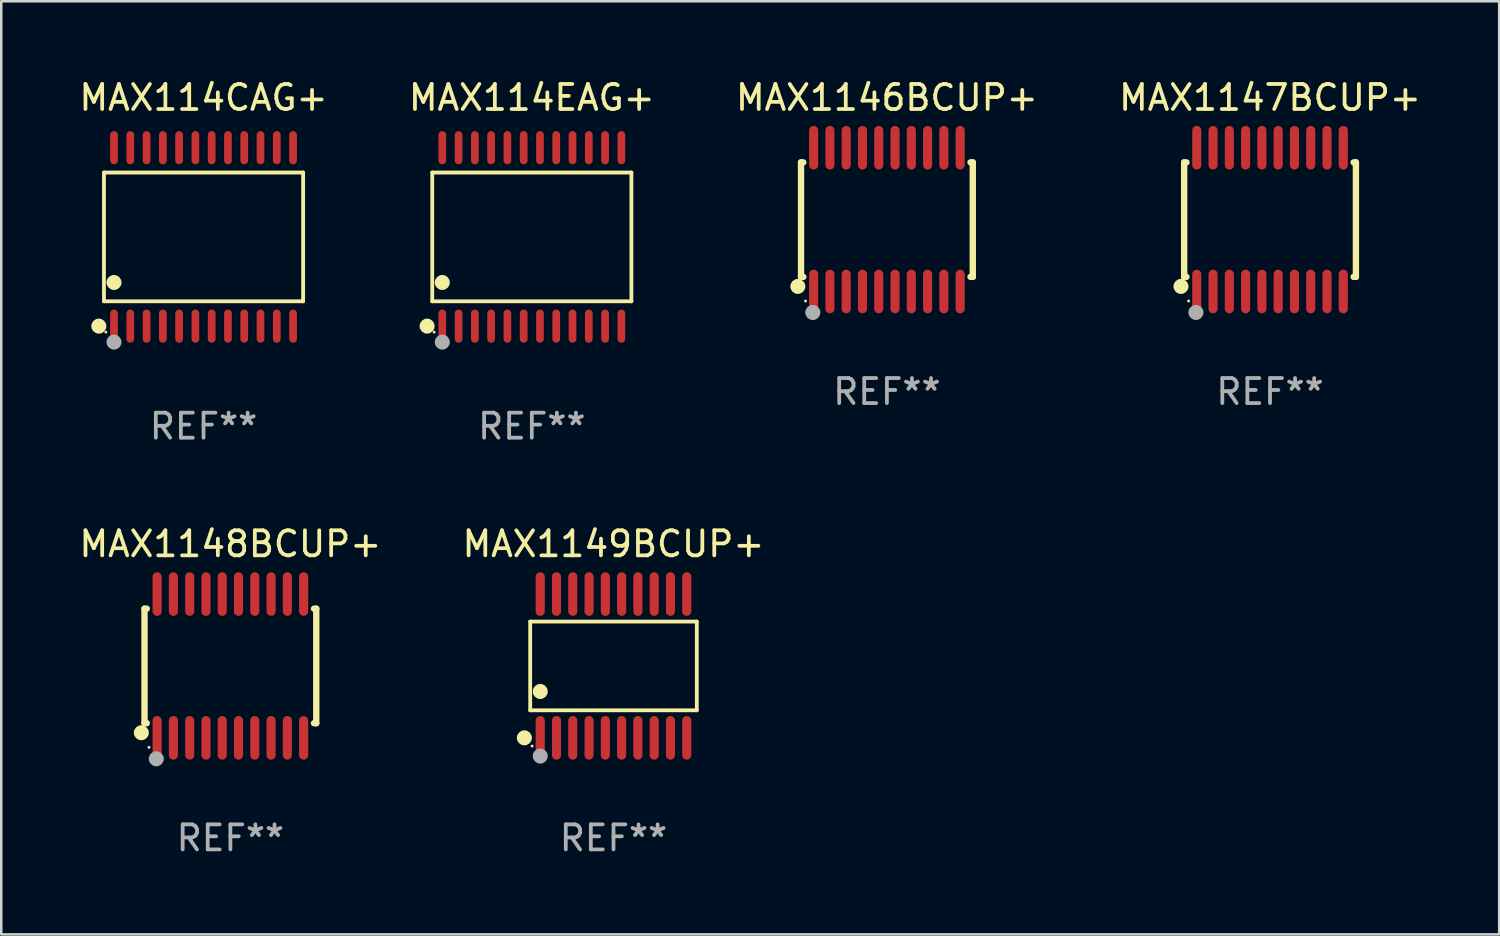
<source format=kicad_pcb>
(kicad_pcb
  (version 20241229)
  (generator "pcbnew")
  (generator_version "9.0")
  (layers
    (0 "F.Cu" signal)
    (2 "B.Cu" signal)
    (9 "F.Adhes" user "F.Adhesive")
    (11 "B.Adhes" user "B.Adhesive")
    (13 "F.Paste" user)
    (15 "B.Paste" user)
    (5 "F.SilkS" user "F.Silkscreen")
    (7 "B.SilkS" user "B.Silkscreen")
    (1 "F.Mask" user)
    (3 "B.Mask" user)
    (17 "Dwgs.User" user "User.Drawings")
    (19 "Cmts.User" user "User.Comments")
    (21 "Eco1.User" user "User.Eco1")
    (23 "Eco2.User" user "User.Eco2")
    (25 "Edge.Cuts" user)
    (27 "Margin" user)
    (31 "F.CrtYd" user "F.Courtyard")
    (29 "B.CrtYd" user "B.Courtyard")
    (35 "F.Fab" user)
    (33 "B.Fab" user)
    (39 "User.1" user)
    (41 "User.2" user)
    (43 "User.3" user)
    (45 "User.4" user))
  (footprint "MAX114EAG+"
    (layer "F.Cu")
    (at 18.185 6.41)
    (property "Reference" "MAX114EAG+" (at 0 -5.562 0) (layer "F.SilkS") (effects (font (size 1 1) (thickness 0.15))))
    (attr through_hole)
    (fp_line (start -3.976 -2.571) (end 3.976 -2.571) (stroke (width 0.152) (type solid)) (layer "F.SilkS"))
    (fp_line (start -3.976 2.571) (end -3.976 -2.571) (stroke (width 0.152) (type solid)) (layer "F.SilkS"))
    (fp_line (start 3.976 -2.571) (end 3.976 2.571) (stroke (width 0.152) (type solid)) (layer "F.SilkS"))
    (fp_line (start 3.976 2.571) (end -3.976 2.571) (stroke (width 0.152) (type solid)) (layer "F.SilkS"))
    (fp_circle (center -4.181 3.562) (end -4.031 3.562) (stroke (width 0.3) (type solid)) (fill no) (layer "F.SilkS"))
    (fp_circle (center -3.9 3.8) (end -3.87 3.8) (stroke (width 0.06) (type solid)) (fill no) (layer "F.SilkS"))
    (fp_circle (center -3.575 1.819) (end -3.425 1.819) (stroke (width 0.3) (type solid)) (fill no) (layer "F.SilkS"))
    (fp_circle (center -3.575 4.2) (end -3.425 4.2) (stroke (width 0.3) (type solid)) (fill no) (layer "F.Fab"))
    (fp_text user "REF**" (at 0 7.562 0) (layer "F.Fab") (effects (font (size 1 1) (thickness 0.15))))
    (pad "1" smd oval (at -3.575 3.562) (size 0.308 1.324) (layers "F.Cu" "F.Mask" "F.Paste"))
    (pad "2" smd oval (at -2.925 3.562) (size 0.308 1.324) (layers "F.Cu" "F.Mask" "F.Paste"))
    (pad "3" smd oval (at -2.275 3.562) (size 0.308 1.324) (layers "F.Cu" "F.Mask" "F.Paste"))
    (pad "4" smd oval (at -1.625 3.562) (size 0.308 1.324) (layers "F.Cu" "F.Mask" "F.Paste"))
    (pad "5" smd oval (at -0.975 3.562) (size 0.308 1.324) (layers "F.Cu" "F.Mask" "F.Paste"))
    (pad "6" smd oval (at -0.325 3.562) (size 0.308 1.324) (layers "F.Cu" "F.Mask" "F.Paste"))
    (pad "7" smd oval (at 0.325 3.562) (size 0.308 1.324) (layers "F.Cu" "F.Mask" "F.Paste"))
    (pad "8" smd oval (at 0.975 3.562) (size 0.308 1.324) (layers "F.Cu" "F.Mask" "F.Paste"))
    (pad "9" smd oval (at 1.625 3.562) (size 0.308 1.324) (layers "F.Cu" "F.Mask" "F.Paste"))
    (pad "10" smd oval (at 2.275 3.562) (size 0.308 1.324) (layers "F.Cu" "F.Mask" "F.Paste"))
    (pad "11" smd oval (at 2.925 3.562) (size 0.308 1.324) (layers "F.Cu" "F.Mask" "F.Paste"))
    (pad "12" smd oval (at 3.575 3.562) (size 0.308 1.324) (layers "F.Cu" "F.Mask" "F.Paste"))
    (pad "13" smd oval (at 3.575 -3.562) (size 0.308 1.324) (layers "F.Cu" "F.Mask" "F.Paste"))
    (pad "14" smd oval (at 2.925 -3.562) (size 0.308 1.324) (layers "F.Cu" "F.Mask" "F.Paste"))
    (pad "15" smd oval (at 2.275 -3.562) (size 0.308 1.324) (layers "F.Cu" "F.Mask" "F.Paste"))
    (pad "16" smd oval (at 1.625 -3.562) (size 0.308 1.324) (layers "F.Cu" "F.Mask" "F.Paste"))
    (pad "17" smd oval (at 0.975 -3.562) (size 0.308 1.324) (layers "F.Cu" "F.Mask" "F.Paste"))
    (pad "18" smd oval (at 0.325 -3.562) (size 0.308 1.324) (layers "F.Cu" "F.Mask" "F.Paste"))
    (pad "19" smd oval (at -0.325 -3.562) (size 0.308 1.324) (layers "F.Cu" "F.Mask" "F.Paste"))
    (pad "20" smd oval (at -0.975 -3.562) (size 0.308 1.324) (layers "F.Cu" "F.Mask" "F.Paste"))
    (pad "21" smd oval (at -1.625 -3.562) (size 0.308 1.324) (layers "F.Cu" "F.Mask" "F.Paste"))
    (pad "22" smd oval (at -2.275 -3.562) (size 0.308 1.324) (layers "F.Cu" "F.Mask" "F.Paste"))
    (pad "23" smd oval (at -2.925 -3.562) (size 0.308 1.324) (layers "F.Cu" "F.Mask" "F.Paste"))
    (pad "24" smd oval (at -3.575 -3.562) (size 0.308 1.324) (layers "F.Cu" "F.Mask" "F.Paste")))
  (footprint "MAX1146BCUP+"
    (layer "F.Cu")
    (at 32.363 5.719)
    (property "Reference" "MAX1146BCUP+" (at 0 -4.871 0) (layer "F.SilkS") (effects (font (size 1 1) (thickness 0.15))))
    (attr through_hole)
    (fp_line (start -3.429 -2.286) (end -3.429 2.286) (stroke (width 0.254) (type solid)) (layer "F.SilkS"))
    (fp_line (start -3.429 2.286) (end -3.338 2.286) (stroke (width 0.254) (type solid)) (layer "F.SilkS"))
    (fp_line (start -3.338 -2.286) (end -3.429 -2.286) (stroke (width 0.254) (type solid)) (layer "F.SilkS"))
    (fp_line (start 3.338 -2.286) (end 3.429 -2.286) (stroke (width 0.254) (type solid)) (layer "F.SilkS"))
    (fp_line (start 3.429 -2.286) (end 3.429 2.286) (stroke (width 0.254) (type solid)) (layer "F.SilkS"))
    (fp_line (start 3.429 2.286) (end 3.338 2.286) (stroke (width 0.254) (type solid)) (layer "F.SilkS"))
    (fp_circle (center -3.556 2.667) (end -3.406 2.667) (stroke (width 0.3) (type solid)) (fill no) (layer "F.SilkS"))
    (fp_circle (center -3.25 3.25) (end -3.22 3.25) (stroke (width 0.06) (type solid)) (fill no) (layer "F.SilkS"))
    (fp_circle (center -2.959 3.707) (end -2.808 3.707) (stroke (width 0.3) (type solid)) (fill no) (layer "F.Fab"))
    (fp_text user "REF**" (at 0 6.871 0) (layer "F.Fab") (effects (font (size 1 1) (thickness 0.15))))
    (pad "1" smd oval (at -2.925 2.871) (size 0.364 1.742) (layers "F.Cu" "F.Mask" "F.Paste"))
    (pad "2" smd oval (at -2.275 2.871) (size 0.364 1.742) (layers "F.Cu" "F.Mask" "F.Paste"))
    (pad "3" smd oval (at -1.625 2.871) (size 0.364 1.742) (layers "F.Cu" "F.Mask" "F.Paste"))
    (pad "4" smd oval (at -0.975 2.871) (size 0.364 1.742) (layers "F.Cu" "F.Mask" "F.Paste"))
    (pad "5" smd oval (at -0.325 2.871) (size 0.364 1.742) (layers "F.Cu" "F.Mask" "F.Paste"))
    (pad "6" smd oval (at 0.325 2.871) (size 0.364 1.742) (layers "F.Cu" "F.Mask" "F.Paste"))
    (pad "7" smd oval (at 0.975 2.871) (size 0.364 1.742) (layers "F.Cu" "F.Mask" "F.Paste"))
    (pad "8" smd oval (at 1.625 2.871) (size 0.364 1.742) (layers "F.Cu" "F.Mask" "F.Paste"))
    (pad "9" smd oval (at 2.275 2.871) (size 0.364 1.742) (layers "F.Cu" "F.Mask" "F.Paste"))
    (pad "10" smd oval (at 2.925 2.871) (size 0.364 1.742) (layers "F.Cu" "F.Mask" "F.Paste"))
    (pad "11" smd oval (at 2.925 -2.871) (size 0.364 1.742) (layers "F.Cu" "F.Mask" "F.Paste"))
    (pad "12" smd oval (at 2.275 -2.871) (size 0.364 1.742) (layers "F.Cu" "F.Mask" "F.Paste"))
    (pad "13" smd oval (at 1.625 -2.871) (size 0.364 1.742) (layers "F.Cu" "F.Mask" "F.Paste"))
    (pad "14" smd oval (at 0.975 -2.871) (size 0.364 1.742) (layers "F.Cu" "F.Mask" "F.Paste"))
    (pad "15" smd oval (at 0.325 -2.871) (size 0.364 1.742) (layers "F.Cu" "F.Mask" "F.Paste"))
    (pad "16" smd oval (at -0.325 -2.871) (size 0.364 1.742) (layers "F.Cu" "F.Mask" "F.Paste"))
    (pad "17" smd oval (at -0.975 -2.871) (size 0.364 1.742) (layers "F.Cu" "F.Mask" "F.Paste"))
    (pad "18" smd oval (at -1.625 -2.871) (size 0.364 1.742) (layers "F.Cu" "F.Mask" "F.Paste"))
    (pad "19" smd oval (at -2.275 -2.871) (size 0.364 1.742) (layers "F.Cu" "F.Mask" "F.Paste"))
    (pad "20" smd oval (at -2.925 -2.871) (size 0.364 1.742) (layers "F.Cu" "F.Mask" "F.Paste")))
  (footprint "MAX114CAG+"
    (layer "F.Cu")
    (at 5.077 6.41)
    (property "Reference" "MAX114CAG+" (at 0 -5.562 0) (layer "F.SilkS") (effects (font (size 1 1) (thickness 0.15))))
    (attr through_hole)
    (fp_line (start -3.976 -2.571) (end 3.976 -2.571) (stroke (width 0.152) (type solid)) (layer "F.SilkS"))
    (fp_line (start -3.976 2.571) (end -3.976 -2.571) (stroke (width 0.152) (type solid)) (layer "F.SilkS"))
    (fp_line (start 3.976 -2.571) (end 3.976 2.571) (stroke (width 0.152) (type solid)) (layer "F.SilkS"))
    (fp_line (start 3.976 2.571) (end -3.976 2.571) (stroke (width 0.152) (type solid)) (layer "F.SilkS"))
    (fp_circle (center -4.181 3.562) (end -4.031 3.562) (stroke (width 0.3) (type solid)) (fill no) (layer "F.SilkS"))
    (fp_circle (center -3.9 3.8) (end -3.87 3.8) (stroke (width 0.06) (type solid)) (fill no) (layer "F.SilkS"))
    (fp_circle (center -3.575 1.819) (end -3.425 1.819) (stroke (width 0.3) (type solid)) (fill no) (layer "F.SilkS"))
    (fp_circle (center -3.575 4.2) (end -3.425 4.2) (stroke (width 0.3) (type solid)) (fill no) (layer "F.Fab"))
    (fp_text user "REF**" (at 0 7.562 0) (layer "F.Fab") (effects (font (size 1 1) (thickness 0.15))))
    (pad "1" smd oval (at -3.575 3.562) (size 0.308 1.324) (layers "F.Cu" "F.Mask" "F.Paste"))
    (pad "2" smd oval (at -2.925 3.562) (size 0.308 1.324) (layers "F.Cu" "F.Mask" "F.Paste"))
    (pad "3" smd oval (at -2.275 3.562) (size 0.308 1.324) (layers "F.Cu" "F.Mask" "F.Paste"))
    (pad "4" smd oval (at -1.625 3.562) (size 0.308 1.324) (layers "F.Cu" "F.Mask" "F.Paste"))
    (pad "5" smd oval (at -0.975 3.562) (size 0.308 1.324) (layers "F.Cu" "F.Mask" "F.Paste"))
    (pad "6" smd oval (at -0.325 3.562) (size 0.308 1.324) (layers "F.Cu" "F.Mask" "F.Paste"))
    (pad "7" smd oval (at 0.325 3.562) (size 0.308 1.324) (layers "F.Cu" "F.Mask" "F.Paste"))
    (pad "8" smd oval (at 0.975 3.562) (size 0.308 1.324) (layers "F.Cu" "F.Mask" "F.Paste"))
    (pad "9" smd oval (at 1.625 3.562) (size 0.308 1.324) (layers "F.Cu" "F.Mask" "F.Paste"))
    (pad "10" smd oval (at 2.275 3.562) (size 0.308 1.324) (layers "F.Cu" "F.Mask" "F.Paste"))
    (pad "11" smd oval (at 2.925 3.562) (size 0.308 1.324) (layers "F.Cu" "F.Mask" "F.Paste"))
    (pad "12" smd oval (at 3.575 3.562) (size 0.308 1.324) (layers "F.Cu" "F.Mask" "F.Paste"))
    (pad "13" smd oval (at 3.575 -3.562) (size 0.308 1.324) (layers "F.Cu" "F.Mask" "F.Paste"))
    (pad "14" smd oval (at 2.925 -3.562) (size 0.308 1.324) (layers "F.Cu" "F.Mask" "F.Paste"))
    (pad "15" smd oval (at 2.275 -3.562) (size 0.308 1.324) (layers "F.Cu" "F.Mask" "F.Paste"))
    (pad "16" smd oval (at 1.625 -3.562) (size 0.308 1.324) (layers "F.Cu" "F.Mask" "F.Paste"))
    (pad "17" smd oval (at 0.975 -3.562) (size 0.308 1.324) (layers "F.Cu" "F.Mask" "F.Paste"))
    (pad "18" smd oval (at 0.325 -3.562) (size 0.308 1.324) (layers "F.Cu" "F.Mask" "F.Paste"))
    (pad "19" smd oval (at -0.325 -3.562) (size 0.308 1.324) (layers "F.Cu" "F.Mask" "F.Paste"))
    (pad "20" smd oval (at -0.975 -3.562) (size 0.308 1.324) (layers "F.Cu" "F.Mask" "F.Paste"))
    (pad "21" smd oval (at -1.625 -3.562) (size 0.308 1.324) (layers "F.Cu" "F.Mask" "F.Paste"))
    (pad "22" smd oval (at -2.275 -3.562) (size 0.308 1.324) (layers "F.Cu" "F.Mask" "F.Paste"))
    (pad "23" smd oval (at -2.925 -3.562) (size 0.308 1.324) (layers "F.Cu" "F.Mask" "F.Paste"))
    (pad "24" smd oval (at -3.575 -3.562) (size 0.308 1.324) (layers "F.Cu" "F.Mask" "F.Paste")))
  (footprint "MAX1149BCUP+"
    (layer "F.Cu")
    (at 21.446 23.54)
    (property "Reference" "MAX1149BCUP+" (at 0 -4.871 0) (layer "F.SilkS") (effects (font (size 1 1) (thickness 0.15))))
    (attr through_hole)
    (fp_line (start -3.326 -1.771) (end 3.326 -1.771) (stroke (width 0.152) (type solid)) (layer "F.SilkS"))
    (fp_line (start -3.326 1.771) (end -3.326 -1.771) (stroke (width 0.152) (type solid)) (layer "F.SilkS"))
    (fp_line (start 3.326 -1.771) (end 3.326 1.771) (stroke (width 0.152) (type solid)) (layer "F.SilkS"))
    (fp_line (start 3.326 1.771) (end -3.326 1.771) (stroke (width 0.152) (type solid)) (layer "F.SilkS"))
    (fp_circle (center -3.559 2.871) (end -3.409 2.871) (stroke (width 0.3) (type solid)) (fill no) (layer "F.SilkS"))
    (fp_circle (center -3.25 3.2) (end -3.22 3.2) (stroke (width 0.06) (type solid)) (fill no) (layer "F.SilkS"))
    (fp_circle (center -2.925 1.019) (end -2.775 1.019) (stroke (width 0.3) (type solid)) (fill no) (layer "F.SilkS"))
    (fp_circle (center -2.925 3.6) (end -2.775 3.6) (stroke (width 0.3) (type solid)) (fill no) (layer "F.Fab"))
    (fp_text user "REF**" (at 0 6.871 0) (layer "F.Fab") (effects (font (size 1 1) (thickness 0.15))))
    (pad "1" smd oval (at -2.925 2.871) (size 0.364 1.742) (layers "F.Cu" "F.Mask" "F.Paste"))
    (pad "2" smd oval (at -2.275 2.871) (size 0.364 1.742) (layers "F.Cu" "F.Mask" "F.Paste"))
    (pad "3" smd oval (at -1.625 2.871) (size 0.364 1.742) (layers "F.Cu" "F.Mask" "F.Paste"))
    (pad "4" smd oval (at -0.975 2.871) (size 0.364 1.742) (layers "F.Cu" "F.Mask" "F.Paste"))
    (pad "5" smd oval (at -0.325 2.871) (size 0.364 1.742) (layers "F.Cu" "F.Mask" "F.Paste"))
    (pad "6" smd oval (at 0.325 2.871) (size 0.364 1.742) (layers "F.Cu" "F.Mask" "F.Paste"))
    (pad "7" smd oval (at 0.975 2.871) (size 0.364 1.742) (layers "F.Cu" "F.Mask" "F.Paste"))
    (pad "8" smd oval (at 1.625 2.871) (size 0.364 1.742) (layers "F.Cu" "F.Mask" "F.Paste"))
    (pad "9" smd oval (at 2.275 2.871) (size 0.364 1.742) (layers "F.Cu" "F.Mask" "F.Paste"))
    (pad "10" smd oval (at 2.925 2.871) (size 0.364 1.742) (layers "F.Cu" "F.Mask" "F.Paste"))
    (pad "11" smd oval (at 2.925 -2.871) (size 0.364 1.742) (layers "F.Cu" "F.Mask" "F.Paste"))
    (pad "12" smd oval (at 2.275 -2.871) (size 0.364 1.742) (layers "F.Cu" "F.Mask" "F.Paste"))
    (pad "13" smd oval (at 1.625 -2.871) (size 0.364 1.742) (layers "F.Cu" "F.Mask" "F.Paste"))
    (pad "14" smd oval (at 0.975 -2.871) (size 0.364 1.742) (layers "F.Cu" "F.Mask" "F.Paste"))
    (pad "15" smd oval (at 0.325 -2.871) (size 0.364 1.742) (layers "F.Cu" "F.Mask" "F.Paste"))
    (pad "16" smd oval (at -0.325 -2.871) (size 0.364 1.742) (layers "F.Cu" "F.Mask" "F.Paste"))
    (pad "17" smd oval (at -0.975 -2.871) (size 0.364 1.742) (layers "F.Cu" "F.Mask" "F.Paste"))
    (pad "18" smd oval (at -1.625 -2.871) (size 0.364 1.742) (layers "F.Cu" "F.Mask" "F.Paste"))
    (pad "19" smd oval (at -2.275 -2.871) (size 0.364 1.742) (layers "F.Cu" "F.Mask" "F.Paste"))
    (pad "20" smd oval (at -2.925 -2.871) (size 0.364 1.742) (layers "F.Cu" "F.Mask" "F.Paste")))
  (footprint "MAX1148BCUP+"
    (layer "F.Cu")
    (at 6.149 23.54)
    (property "Reference" "MAX1148BCUP+" (at 0 -4.871 0) (layer "F.SilkS") (effects (font (size 1 1) (thickness 0.15))))
    (attr through_hole)
    (fp_line (start -3.429 -2.286) (end -3.429 2.286) (stroke (width 0.254) (type solid)) (layer "F.SilkS"))
    (fp_line (start -3.429 2.286) (end -3.338 2.286) (stroke (width 0.254) (type solid)) (layer "F.SilkS"))
    (fp_line (start -3.338 -2.286) (end -3.429 -2.286) (stroke (width 0.254) (type solid)) (layer "F.SilkS"))
    (fp_line (start 3.338 -2.286) (end 3.429 -2.286) (stroke (width 0.254) (type solid)) (layer "F.SilkS"))
    (fp_line (start 3.429 -2.286) (end 3.429 2.286) (stroke (width 0.254) (type solid)) (layer "F.SilkS"))
    (fp_line (start 3.429 2.286) (end 3.338 2.286) (stroke (width 0.254) (type solid)) (layer "F.SilkS"))
    (fp_circle (center -3.556 2.667) (end -3.406 2.667) (stroke (width 0.3) (type solid)) (fill no) (layer "F.SilkS"))
    (fp_circle (center -3.25 3.25) (end -3.22 3.25) (stroke (width 0.06) (type solid)) (fill no) (layer "F.SilkS"))
    (fp_circle (center -2.959 3.707) (end -2.808 3.707) (stroke (width 0.3) (type solid)) (fill no) (layer "F.Fab"))
    (fp_text user "REF**" (at 0 6.871 0) (layer "F.Fab") (effects (font (size 1 1) (thickness 0.15))))
    (pad "1" smd oval (at -2.925 2.871) (size 0.364 1.742) (layers "F.Cu" "F.Mask" "F.Paste"))
    (pad "2" smd oval (at -2.275 2.871) (size 0.364 1.742) (layers "F.Cu" "F.Mask" "F.Paste"))
    (pad "3" smd oval (at -1.625 2.871) (size 0.364 1.742) (layers "F.Cu" "F.Mask" "F.Paste"))
    (pad "4" smd oval (at -0.975 2.871) (size 0.364 1.742) (layers "F.Cu" "F.Mask" "F.Paste"))
    (pad "5" smd oval (at -0.325 2.871) (size 0.364 1.742) (layers "F.Cu" "F.Mask" "F.Paste"))
    (pad "6" smd oval (at 0.325 2.871) (size 0.364 1.742) (layers "F.Cu" "F.Mask" "F.Paste"))
    (pad "7" smd oval (at 0.975 2.871) (size 0.364 1.742) (layers "F.Cu" "F.Mask" "F.Paste"))
    (pad "8" smd oval (at 1.625 2.871) (size 0.364 1.742) (layers "F.Cu" "F.Mask" "F.Paste"))
    (pad "9" smd oval (at 2.275 2.871) (size 0.364 1.742) (layers "F.Cu" "F.Mask" "F.Paste"))
    (pad "10" smd oval (at 2.925 2.871) (size 0.364 1.742) (layers "F.Cu" "F.Mask" "F.Paste"))
    (pad "11" smd oval (at 2.925 -2.871) (size 0.364 1.742) (layers "F.Cu" "F.Mask" "F.Paste"))
    (pad "12" smd oval (at 2.275 -2.871) (size 0.364 1.742) (layers "F.Cu" "F.Mask" "F.Paste"))
    (pad "13" smd oval (at 1.625 -2.871) (size 0.364 1.742) (layers "F.Cu" "F.Mask" "F.Paste"))
    (pad "14" smd oval (at 0.975 -2.871) (size 0.364 1.742) (layers "F.Cu" "F.Mask" "F.Paste"))
    (pad "15" smd oval (at 0.325 -2.871) (size 0.364 1.742) (layers "F.Cu" "F.Mask" "F.Paste"))
    (pad "16" smd oval (at -0.325 -2.871) (size 0.364 1.742) (layers "F.Cu" "F.Mask" "F.Paste"))
    (pad "17" smd oval (at -0.975 -2.871) (size 0.364 1.742) (layers "F.Cu" "F.Mask" "F.Paste"))
    (pad "18" smd oval (at -1.625 -2.871) (size 0.364 1.742) (layers "F.Cu" "F.Mask" "F.Paste"))
    (pad "19" smd oval (at -2.275 -2.871) (size 0.364 1.742) (layers "F.Cu" "F.Mask" "F.Paste"))
    (pad "20" smd oval (at -2.925 -2.871) (size 0.364 1.742) (layers "F.Cu" "F.Mask" "F.Paste")))
  (footprint "MAX1147BCUP+"
    (layer "F.Cu")
    (at 47.661 5.719)
    (property "Reference" "MAX1147BCUP+" (at 0 -4.871 0) (layer "F.SilkS") (effects (font (size 1 1) (thickness 0.15))))
    (attr through_hole)
    (fp_line (start -3.429 -2.286) (end -3.429 2.286) (stroke (width 0.254) (type solid)) (layer "F.SilkS"))
    (fp_line (start -3.429 2.286) (end -3.338 2.286) (stroke (width 0.254) (type solid)) (layer "F.SilkS"))
    (fp_line (start -3.338 -2.286) (end -3.429 -2.286) (stroke (width 0.254) (type solid)) (layer "F.SilkS"))
    (fp_line (start 3.338 -2.286) (end 3.429 -2.286) (stroke (width 0.254) (type solid)) (layer "F.SilkS"))
    (fp_line (start 3.429 -2.286) (end 3.429 2.286) (stroke (width 0.254) (type solid)) (layer "F.SilkS"))
    (fp_line (start 3.429 2.286) (end 3.338 2.286) (stroke (width 0.254) (type solid)) (layer "F.SilkS"))
    (fp_circle (center -3.556 2.667) (end -3.406 2.667) (stroke (width 0.3) (type solid)) (fill no) (layer "F.SilkS"))
    (fp_circle (center -3.25 3.25) (end -3.22 3.25) (stroke (width 0.06) (type solid)) (fill no) (layer "F.SilkS"))
    (fp_circle (center -2.959 3.707) (end -2.808 3.707) (stroke (width 0.3) (type solid)) (fill no) (layer "F.Fab"))
    (fp_text user "REF**" (at 0 6.871 0) (layer "F.Fab") (effects (font (size 1 1) (thickness 0.15))))
    (pad "1" smd oval (at -2.925 2.871) (size 0.364 1.742) (layers "F.Cu" "F.Mask" "F.Paste"))
    (pad "2" smd oval (at -2.275 2.871) (size 0.364 1.742) (layers "F.Cu" "F.Mask" "F.Paste"))
    (pad "3" smd oval (at -1.625 2.871) (size 0.364 1.742) (layers "F.Cu" "F.Mask" "F.Paste"))
    (pad "4" smd oval (at -0.975 2.871) (size 0.364 1.742) (layers "F.Cu" "F.Mask" "F.Paste"))
    (pad "5" smd oval (at -0.325 2.871) (size 0.364 1.742) (layers "F.Cu" "F.Mask" "F.Paste"))
    (pad "6" smd oval (at 0.325 2.871) (size 0.364 1.742) (layers "F.Cu" "F.Mask" "F.Paste"))
    (pad "7" smd oval (at 0.975 2.871) (size 0.364 1.742) (layers "F.Cu" "F.Mask" "F.Paste"))
    (pad "8" smd oval (at 1.625 2.871) (size 0.364 1.742) (layers "F.Cu" "F.Mask" "F.Paste"))
    (pad "9" smd oval (at 2.275 2.871) (size 0.364 1.742) (layers "F.Cu" "F.Mask" "F.Paste"))
    (pad "10" smd oval (at 2.925 2.871) (size 0.364 1.742) (layers "F.Cu" "F.Mask" "F.Paste"))
    (pad "11" smd oval (at 2.925 -2.871) (size 0.364 1.742) (layers "F.Cu" "F.Mask" "F.Paste"))
    (pad "12" smd oval (at 2.275 -2.871) (size 0.364 1.742) (layers "F.Cu" "F.Mask" "F.Paste"))
    (pad "13" smd oval (at 1.625 -2.871) (size 0.364 1.742) (layers "F.Cu" "F.Mask" "F.Paste"))
    (pad "14" smd oval (at 0.975 -2.871) (size 0.364 1.742) (layers "F.Cu" "F.Mask" "F.Paste"))
    (pad "15" smd oval (at 0.325 -2.871) (size 0.364 1.742) (layers "F.Cu" "F.Mask" "F.Paste"))
    (pad "16" smd oval (at -0.325 -2.871) (size 0.364 1.742) (layers "F.Cu" "F.Mask" "F.Paste"))
    (pad "17" smd oval (at -0.975 -2.871) (size 0.364 1.742) (layers "F.Cu" "F.Mask" "F.Paste"))
    (pad "18" smd oval (at -1.625 -2.871) (size 0.364 1.742) (layers "F.Cu" "F.Mask" "F.Paste"))
    (pad "19" smd oval (at -2.275 -2.871) (size 0.364 1.742) (layers "F.Cu" "F.Mask" "F.Paste"))
    (pad "20" smd oval (at -2.925 -2.871) (size 0.364 1.742) (layers "F.Cu" "F.Mask" "F.Paste")))
  (gr_rect
    (start -3 -3)
    (end 56.81 34.259)
    (stroke (width 0.1) (type default))
    (fill no)
    (layer "Edge.Cuts")))
</source>
